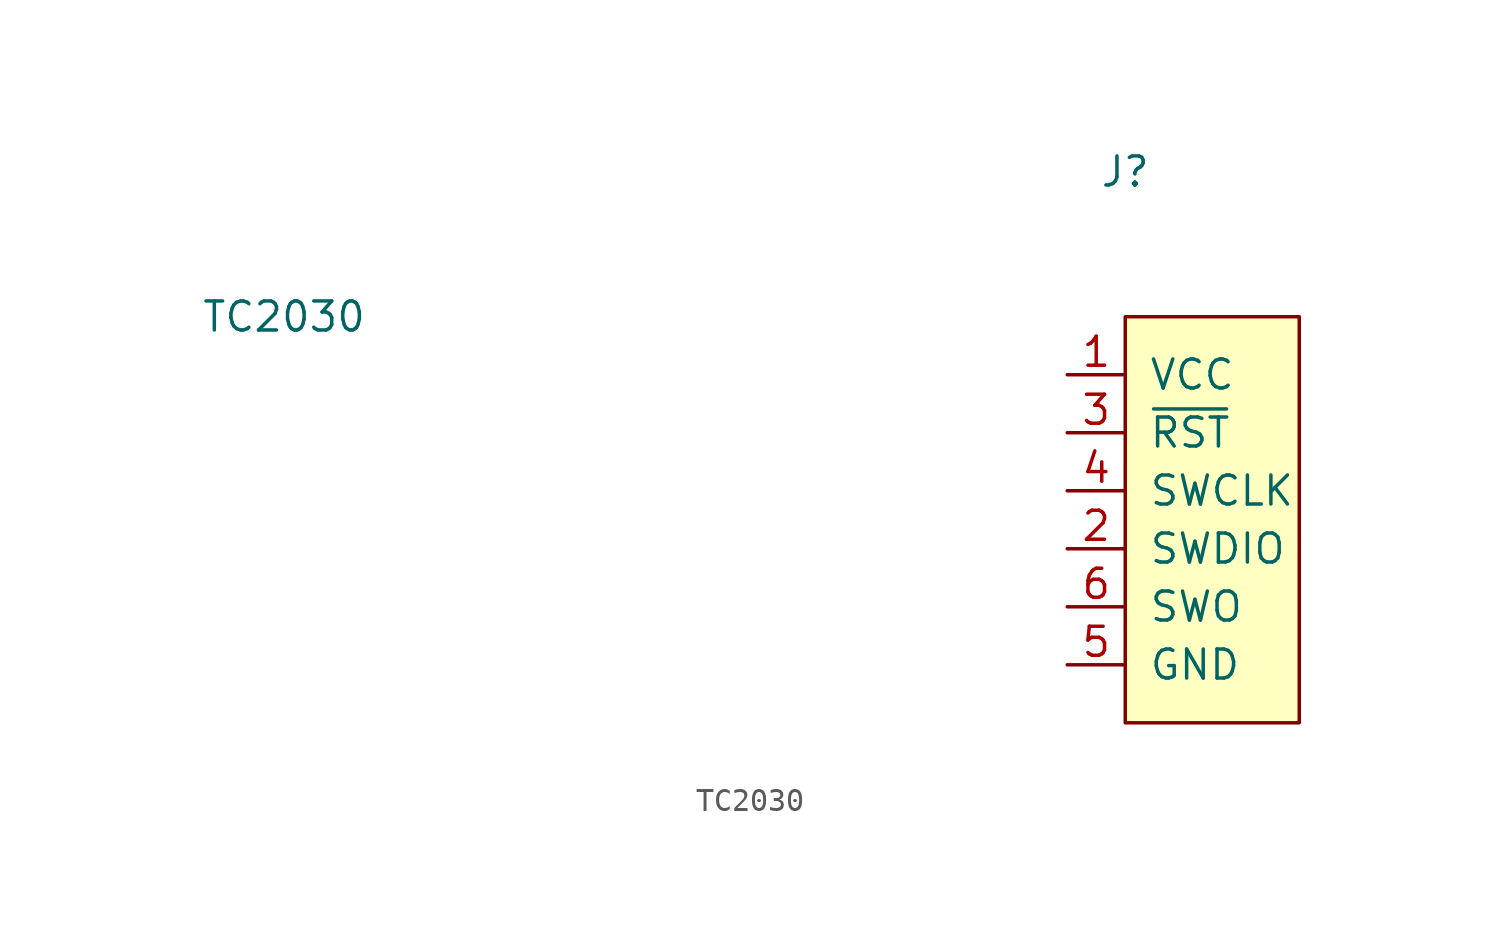
<source format=kicad_sym>
(kicad_symbol_lib
  (version 20211014)
  (generator kicad_symbol_editor)
  (symbol "TC2030"
    (pin_names
      (offset 1.016))
    (property "Reference" "J"
      (at -2.54 21.59 0)
      (effects (font (size 1.27 1.27))))
    (property "Value" "TC2030"
      (at -39.37 15.24 0)
      (effects (font (size 1.27 1.27))))
    (symbol "TC2030_0_1"
      (rectangle (start -2.54 15.24) (end 5.08 -2.54) (stroke (width 0) (type default) (color 0 0 0 0)) (fill (type background))))
    (symbol "TC2030_1_1"
      (pin power_in line (at -5.08 12.7 0) (length 2.54) (name "VCC" (effects (font (size 1.27 1.27)))) (number "1" (effects (font (size 1.27 1.27)))))
      (pin bidirectional line (at -5.08 5.08 0) (length 2.54) (name "SWDIO" (effects (font (size 1.27 1.27)))) (number "2" (effects (font (size 1.27 1.27)))))
      (pin bidirectional line (at -5.08 10.16 0) (length 2.54) (name "~{RST}" (effects (font (size 1.27 1.27)))) (number "3" (effects (font (size 1.27 1.27)))))
      (pin bidirectional line (at -5.08 7.62 0) (length 2.54) (name "SWCLK" (effects (font (size 1.27 1.27)))) (number "4" (effects (font (size 1.27 1.27)))))
      (pin power_in line (at -5.08 0 0) (length 2.54) (name "GND" (effects (font (size 1.27 1.27)))) (number "5" (effects (font (size 1.27 1.27)))))
      (pin bidirectional line (at -5.08 2.54 0) (length 2.54) (name "SWO" (effects (font (size 1.27 1.27)))) (number "6" (effects (font (size 1.27 1.27))))))))
</source>
